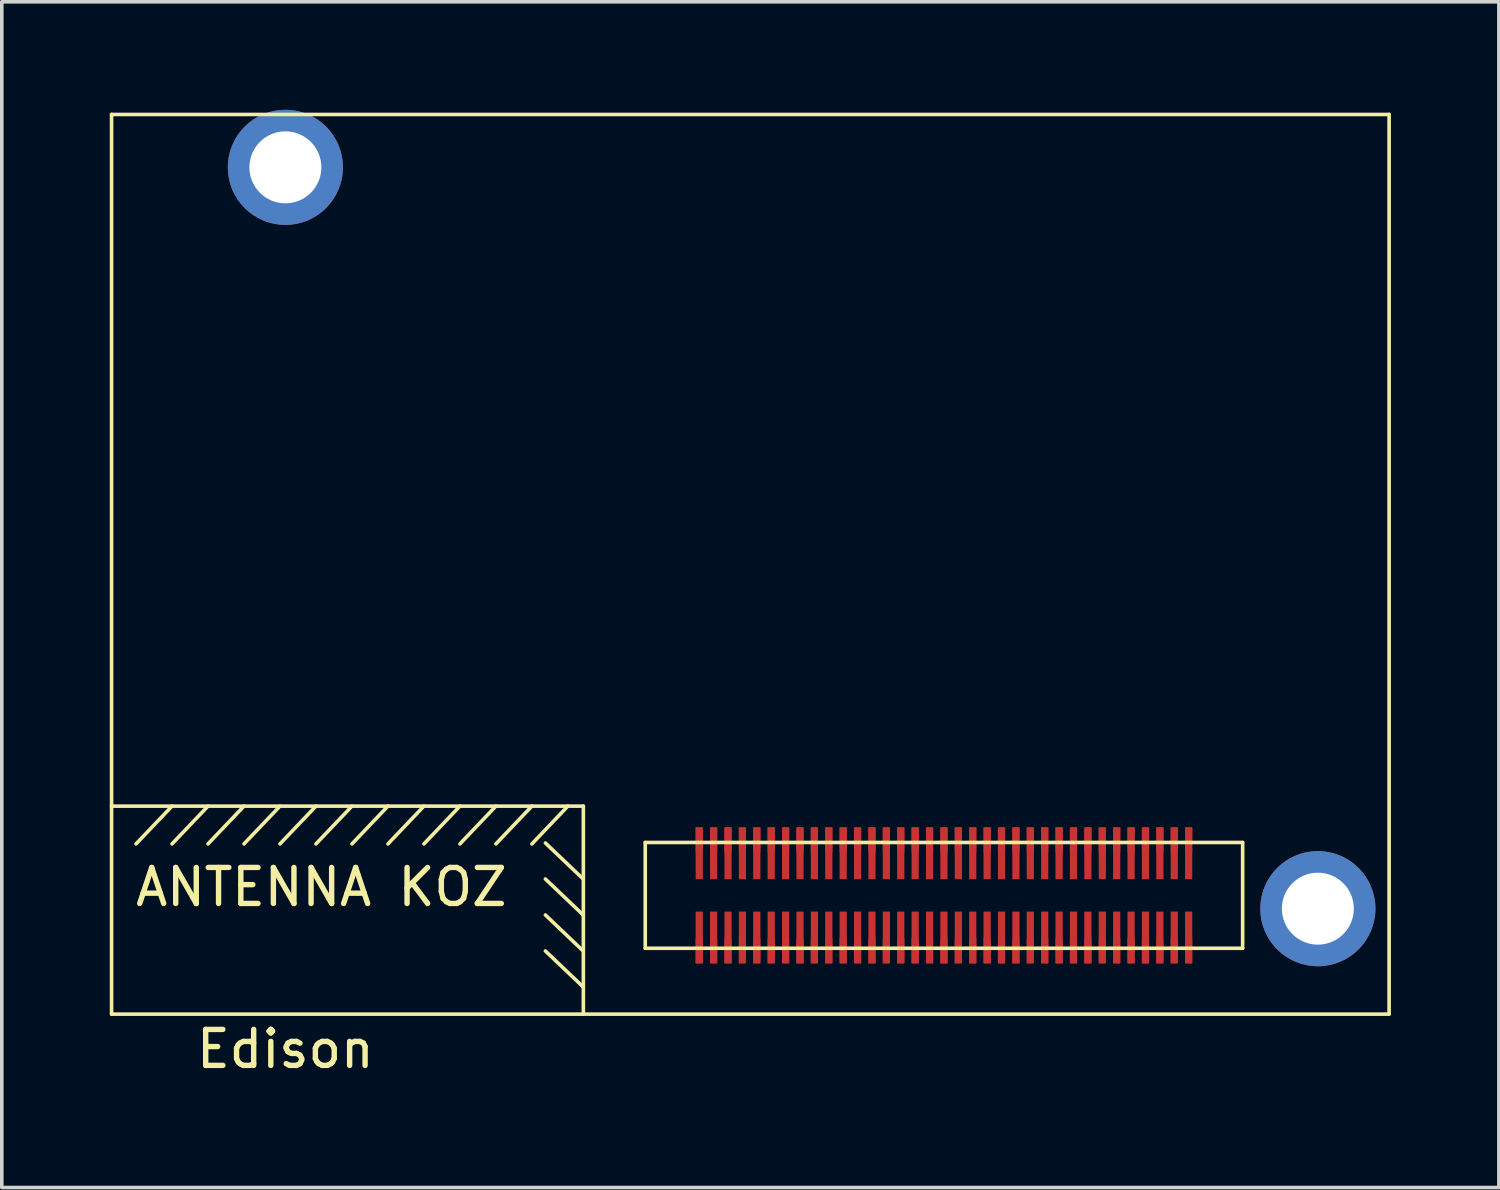
<source format=kicad_pcb>
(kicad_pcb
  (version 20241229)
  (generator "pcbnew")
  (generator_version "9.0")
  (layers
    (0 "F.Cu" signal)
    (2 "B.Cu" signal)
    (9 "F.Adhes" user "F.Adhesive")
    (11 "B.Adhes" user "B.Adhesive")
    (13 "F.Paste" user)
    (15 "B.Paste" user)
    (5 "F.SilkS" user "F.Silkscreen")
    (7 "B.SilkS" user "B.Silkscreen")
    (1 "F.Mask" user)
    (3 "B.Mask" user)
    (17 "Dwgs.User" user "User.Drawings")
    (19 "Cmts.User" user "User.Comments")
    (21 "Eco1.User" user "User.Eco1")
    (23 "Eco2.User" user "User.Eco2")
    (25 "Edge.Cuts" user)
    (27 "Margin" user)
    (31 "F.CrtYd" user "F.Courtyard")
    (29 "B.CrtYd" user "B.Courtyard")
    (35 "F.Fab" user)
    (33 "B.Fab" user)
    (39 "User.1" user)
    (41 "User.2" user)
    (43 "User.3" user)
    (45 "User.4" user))
  (footprint "Edison"
    (layer "F.Cu")
    (at 4.88 1.6)
    (property "Reference" "Edison" (at 0 24.5 0) (layer "F.SilkS") (effects (font (size 1 1) (thickness 0.15))))
    (attr through_hole)
    (fp_line (start -4.83 -1.47) (end 30.67 -1.47) (stroke (width 0.1) (type solid)) (layer "F.SilkS"))
    (fp_line (start -4.83 17.75) (end 8.28 17.75) (stroke (width 0.1) (type solid)) (layer "F.SilkS"))
    (fp_line (start -4.83 23.53) (end -4.83 -1.47) (stroke (width 0.1) (type solid)) (layer "F.SilkS"))
    (fp_line (start -3.15 17.75) (end -4.15 18.8) (stroke (width 0.1) (type solid)) (layer "F.SilkS"))
    (fp_line (start -2.15 17.75) (end -3.15 18.8) (stroke (width 0.1) (type solid)) (layer "F.SilkS"))
    (fp_line (start -1.15 17.75) (end -2.15 18.8) (stroke (width 0.1) (type solid)) (layer "F.SilkS"))
    (fp_line (start -0.15 17.75) (end -1.15 18.8) (stroke (width 0.1) (type solid)) (layer "F.SilkS"))
    (fp_line (start 0.85 17.75) (end -0.15 18.8) (stroke (width 0.1) (type solid)) (layer "F.SilkS"))
    (fp_line (start 1.85 17.75) (end 0.85 18.8) (stroke (width 0.1) (type solid)) (layer "F.SilkS"))
    (fp_line (start 2.85 17.75) (end 1.85 18.8) (stroke (width 0.1) (type solid)) (layer "F.SilkS"))
    (fp_line (start 3.85 17.75) (end 2.85 18.8) (stroke (width 0.1) (type solid)) (layer "F.SilkS"))
    (fp_line (start 4.85 17.75) (end 3.85 18.8) (stroke (width 0.1) (type solid)) (layer "F.SilkS"))
    (fp_line (start 5.85 17.75) (end 4.85 18.8) (stroke (width 0.1) (type solid)) (layer "F.SilkS"))
    (fp_line (start 6.85 17.75) (end 5.85 18.8) (stroke (width 0.1) (type solid)) (layer "F.SilkS"))
    (fp_line (start 7.225 18.775) (end 8.275 19.775) (stroke (width 0.1) (type solid)) (layer "F.SilkS"))
    (fp_line (start 7.225 19.775) (end 8.275 20.775) (stroke (width 0.1) (type solid)) (layer "F.SilkS"))
    (fp_line (start 7.225 20.775) (end 8.275 21.775) (stroke (width 0.1) (type solid)) (layer "F.SilkS"))
    (fp_line (start 7.225 21.775) (end 8.275 22.775) (stroke (width 0.1) (type solid)) (layer "F.SilkS"))
    (fp_line (start 7.85 17.75) (end 6.85 18.8) (stroke (width 0.1) (type solid)) (layer "F.SilkS"))
    (fp_line (start 8.28 17.75) (end 8.28 23.53) (stroke (width 0.1) (type solid)) (layer "F.SilkS"))
    (fp_line (start 10 18.76) (end 10 21.7) (stroke (width 0.1) (type solid)) (layer "F.SilkS"))
    (fp_line (start 10 21.7) (end 26.6 21.7) (stroke (width 0.1) (type solid)) (layer "F.SilkS"))
    (fp_line (start 26.6 18.76) (end 10 18.76) (stroke (width 0.1) (type solid)) (layer "F.SilkS"))
    (fp_line (start 26.6 21.7) (end 26.6 18.76) (stroke (width 0.1) (type solid)) (layer "F.SilkS"))
    (fp_line (start 30.67 -1.47) (end 30.67 23.53) (stroke (width 0.1) (type solid)) (layer "F.SilkS"))
    (fp_line (start 30.67 23.53) (end -4.83 23.53) (stroke (width 0.1) (type solid)) (layer "F.SilkS"))
    (fp_text user "ANTENNA KOZ" (at 1 20 0) (layer "F.SilkS") (effects (font (size 1 1) (thickness 0.15))))
    (pad "" thru_hole circle (at 0 0) (size 3.2 3.2) (drill 2) (layers "*.Cu" "*.Mask"))
    (pad "" thru_hole circle (at 28.69 20.6) (size 3.2 3.2) (drill 2) (layers "*.Cu" "*.Mask"))
    (pad "1" smd rect (at 11.5 18.69) (size 0.2 0.7) (layers "F.Cu" "F.Mask"))
    (pad "1" smd rect (at 11.5 19.06) (size 0.2 1.44) (layers "F.Cu" "F.Paste"))
    (pad "2" smd rect (at 11.5 21.4) (size 0.2 1.44) (layers "F.Cu" "F.Paste"))
    (pad "2" smd rect (at 11.5 21.77) (size 0.2 0.7) (layers "F.Cu" "F.Mask"))
    (pad "3" smd rect (at 11.9 18.69) (size 0.2 0.7) (layers "F.Cu" "F.Mask"))
    (pad "3" smd rect (at 11.9 19.06) (size 0.2 1.44) (layers "F.Cu" "F.Paste"))
    (pad "4" smd rect (at 11.9 21.4) (size 0.2 1.44) (layers "F.Cu" "F.Paste"))
    (pad "4" smd rect (at 11.9 21.77) (size 0.2 0.7) (layers "F.Cu" "F.Mask"))
    (pad "5" smd rect (at 12.3 18.69) (size 0.2 0.7) (layers "F.Cu" "F.Mask"))
    (pad "5" smd rect (at 12.3 19.06) (size 0.2 1.44) (layers "F.Cu" "F.Paste"))
    (pad "6" smd rect (at 12.3 21.4) (size 0.2 1.44) (layers "F.Cu" "F.Paste"))
    (pad "6" smd rect (at 12.3 21.77) (size 0.2 0.7) (layers "F.Cu" "F.Mask"))
    (pad "7" smd rect (at 12.7 18.69) (size 0.2 0.7) (layers "F.Cu" "F.Mask"))
    (pad "7" smd rect (at 12.7 19.06) (size 0.2 1.44) (layers "F.Cu" "F.Paste"))
    (pad "8" smd rect (at 12.7 21.4) (size 0.2 1.44) (layers "F.Cu" "F.Paste"))
    (pad "8" smd rect (at 12.7 21.77) (size 0.2 0.7) (layers "F.Cu" "F.Mask"))
    (pad "9" smd rect (at 13.1 18.69) (size 0.2 0.7) (layers "F.Cu" "F.Mask"))
    (pad "9" smd rect (at 13.1 19.06) (size 0.2 1.44) (layers "F.Cu" "F.Paste"))
    (pad "10" smd rect (at 13.1 21.4) (size 0.2 1.44) (layers "F.Cu" "F.Paste"))
    (pad "10" smd rect (at 13.1 21.77) (size 0.2 0.7) (layers "F.Cu" "F.Mask"))
    (pad "11" smd rect (at 13.5 18.69) (size 0.2 0.7) (layers "F.Cu" "F.Mask"))
    (pad "11" smd rect (at 13.5 19.06) (size 0.2 1.44) (layers "F.Cu" "F.Paste"))
    (pad "12" smd rect (at 13.5 21.4) (size 0.2 1.44) (layers "F.Cu" "F.Paste"))
    (pad "12" smd rect (at 13.5 21.77) (size 0.2 0.7) (layers "F.Cu" "F.Mask"))
    (pad "13" smd rect (at 13.9 18.69) (size 0.2 0.7) (layers "F.Cu" "F.Mask"))
    (pad "13" smd rect (at 13.9 19.06) (size 0.2 1.44) (layers "F.Cu" "F.Paste"))
    (pad "14" smd rect (at 13.9 21.4) (size 0.2 1.44) (layers "F.Cu" "F.Paste"))
    (pad "14" smd rect (at 13.9 21.77) (size 0.2 0.7) (layers "F.Cu" "F.Mask"))
    (pad "15" smd rect (at 14.3 18.69) (size 0.2 0.7) (layers "F.Cu" "F.Mask"))
    (pad "15" smd rect (at 14.3 19.06) (size 0.2 1.44) (layers "F.Cu" "F.Paste"))
    (pad "16" smd rect (at 14.3 21.4) (size 0.2 1.44) (layers "F.Cu" "F.Paste"))
    (pad "16" smd rect (at 14.3 21.77) (size 0.2 0.7) (layers "F.Cu" "F.Mask"))
    (pad "17" smd rect (at 14.7 18.69) (size 0.2 0.7) (layers "F.Cu" "F.Mask"))
    (pad "17" smd rect (at 14.7 19.06) (size 0.2 1.44) (layers "F.Cu" "F.Paste"))
    (pad "18" smd rect (at 14.7 21.4) (size 0.2 1.44) (layers "F.Cu" "F.Paste"))
    (pad "18" smd rect (at 14.7 21.77) (size 0.2 0.7) (layers "F.Cu" "F.Mask"))
    (pad "19" smd rect (at 15.1 18.69) (size 0.2 0.7) (layers "F.Cu" "F.Mask"))
    (pad "19" smd rect (at 15.1 19.06) (size 0.2 1.44) (layers "F.Cu" "F.Paste"))
    (pad "20" smd rect (at 15.1 21.4) (size 0.2 1.44) (layers "F.Cu" "F.Paste"))
    (pad "20" smd rect (at 15.1 21.77) (size 0.2 0.7) (layers "F.Cu" "F.Mask"))
    (pad "21" smd rect (at 15.5 18.69) (size 0.2 0.7) (layers "F.Cu" "F.Mask"))
    (pad "21" smd rect (at 15.5 19.06) (size 0.2 1.44) (layers "F.Cu" "F.Paste"))
    (pad "22" smd rect (at 15.5 21.4) (size 0.2 1.44) (layers "F.Cu" "F.Paste"))
    (pad "22" smd rect (at 15.5 21.77) (size 0.2 0.7) (layers "F.Cu" "F.Mask"))
    (pad "23" smd rect (at 15.9 18.69) (size 0.2 0.7) (layers "F.Cu" "F.Mask"))
    (pad "23" smd rect (at 15.9 19.06) (size 0.2 1.44) (layers "F.Cu" "F.Paste"))
    (pad "24" smd rect (at 15.9 21.4) (size 0.2 1.44) (layers "F.Cu" "F.Paste"))
    (pad "24" smd rect (at 15.9 21.77) (size 0.2 0.7) (layers "F.Cu" "F.Mask"))
    (pad "25" smd rect (at 16.3 18.69) (size 0.2 0.7) (layers "F.Cu" "F.Mask"))
    (pad "25" smd rect (at 16.3 19.06) (size 0.2 1.44) (layers "F.Cu" "F.Paste"))
    (pad "26" smd rect (at 16.3 21.4) (size 0.2 1.44) (layers "F.Cu" "F.Paste"))
    (pad "26" smd rect (at 16.3 21.77) (size 0.2 0.7) (layers "F.Cu" "F.Mask"))
    (pad "27" smd rect (at 16.7 18.69) (size 0.2 0.7) (layers "F.Cu" "F.Mask"))
    (pad "27" smd rect (at 16.7 19.06) (size 0.2 1.44) (layers "F.Cu" "F.Paste"))
    (pad "28" smd rect (at 16.7 21.4) (size 0.2 1.44) (layers "F.Cu" "F.Paste"))
    (pad "28" smd rect (at 16.7 21.77) (size 0.2 0.7) (layers "F.Cu" "F.Mask"))
    (pad "29" smd rect (at 17.1 18.69) (size 0.2 0.7) (layers "F.Cu" "F.Mask"))
    (pad "29" smd rect (at 17.1 19.06) (size 0.2 1.44) (layers "F.Cu" "F.Paste"))
    (pad "30" smd rect (at 17.1 21.4) (size 0.2 1.44) (layers "F.Cu" "F.Paste"))
    (pad "30" smd rect (at 17.1 21.77) (size 0.2 0.7) (layers "F.Cu" "F.Mask"))
    (pad "31" smd rect (at 17.5 18.69) (size 0.2 0.7) (layers "F.Cu" "F.Mask"))
    (pad "31" smd rect (at 17.5 19.06) (size 0.2 1.44) (layers "F.Cu" "F.Paste"))
    (pad "32" smd rect (at 17.5 21.4) (size 0.2 1.44) (layers "F.Cu" "F.Paste"))
    (pad "32" smd rect (at 17.5 21.77) (size 0.2 0.7) (layers "F.Cu" "F.Mask"))
    (pad "33" smd rect (at 17.9 18.69) (size 0.2 0.7) (layers "F.Cu" "F.Mask"))
    (pad "33" smd rect (at 17.9 19.06) (size 0.2 1.44) (layers "F.Cu" "F.Paste"))
    (pad "34" smd rect (at 17.9 21.4) (size 0.2 1.44) (layers "F.Cu" "F.Paste"))
    (pad "34" smd rect (at 17.9 21.77) (size 0.2 0.7) (layers "F.Cu" "F.Mask"))
    (pad "35" smd rect (at 18.3 18.69) (size 0.2 0.7) (layers "F.Cu" "F.Mask"))
    (pad "35" smd rect (at 18.3 19.06) (size 0.2 1.44) (layers "F.Cu" "F.Paste"))
    (pad "36" smd rect (at 18.3 21.4) (size 0.2 1.44) (layers "F.Cu" "F.Paste"))
    (pad "36" smd rect (at 18.3 21.77) (size 0.2 0.7) (layers "F.Cu" "F.Mask"))
    (pad "37" smd rect (at 18.7 18.69) (size 0.2 0.7) (layers "F.Cu" "F.Mask"))
    (pad "37" smd rect (at 18.7 19.06) (size 0.2 1.44) (layers "F.Cu" "F.Paste"))
    (pad "38" smd rect (at 18.7 21.4) (size 0.2 1.44) (layers "F.Cu" "F.Paste"))
    (pad "38" smd rect (at 18.7 21.77) (size 0.2 0.7) (layers "F.Cu" "F.Mask"))
    (pad "39" smd rect (at 19.1 18.69) (size 0.2 0.7) (layers "F.Cu" "F.Mask"))
    (pad "39" smd rect (at 19.1 19.06) (size 0.2 1.44) (layers "F.Cu" "F.Paste"))
    (pad "40" smd rect (at 19.1 21.4) (size 0.2 1.44) (layers "F.Cu" "F.Paste"))
    (pad "40" smd rect (at 19.1 21.77) (size 0.2 0.7) (layers "F.Cu" "F.Mask"))
    (pad "41" smd rect (at 19.5 18.69) (size 0.2 0.7) (layers "F.Cu" "F.Mask"))
    (pad "41" smd rect (at 19.5 19.06) (size 0.2 1.44) (layers "F.Cu" "F.Paste"))
    (pad "42" smd rect (at 19.5 21.4) (size 0.2 1.44) (layers "F.Cu" "F.Paste"))
    (pad "42" smd rect (at 19.5 21.77) (size 0.2 0.7) (layers "F.Cu" "F.Mask"))
    (pad "43" smd rect (at 19.9 18.69) (size 0.2 0.7) (layers "F.Cu" "F.Mask"))
    (pad "43" smd rect (at 19.9 19.06) (size 0.2 1.44) (layers "F.Cu" "F.Paste"))
    (pad "44" smd rect (at 19.9 21.4) (size 0.2 1.44) (layers "F.Cu" "F.Paste"))
    (pad "44" smd rect (at 19.9 21.77) (size 0.2 0.7) (layers "F.Cu" "F.Mask"))
    (pad "45" smd rect (at 20.3 18.69) (size 0.2 0.7) (layers "F.Cu" "F.Mask"))
    (pad "45" smd rect (at 20.3 19.06) (size 0.2 1.44) (layers "F.Cu" "F.Paste"))
    (pad "46" smd rect (at 20.3 21.4) (size 0.2 1.44) (layers "F.Cu" "F.Paste"))
    (pad "46" smd rect (at 20.3 21.77) (size 0.2 0.7) (layers "F.Cu" "F.Mask"))
    (pad "47" smd rect (at 20.7 18.69) (size 0.2 0.7) (layers "F.Cu" "F.Mask"))
    (pad "47" smd rect (at 20.7 19.06) (size 0.2 1.44) (layers "F.Cu" "F.Paste"))
    (pad "48" smd rect (at 20.7 21.4) (size 0.2 1.44) (layers "F.Cu" "F.Paste"))
    (pad "48" smd rect (at 20.7 21.77) (size 0.2 0.7) (layers "F.Cu" "F.Mask"))
    (pad "49" smd rect (at 21.1 18.69) (size 0.2 0.7) (layers "F.Cu" "F.Mask"))
    (pad "49" smd rect (at 21.1 19.06) (size 0.2 1.44) (layers "F.Cu" "F.Paste"))
    (pad "50" smd rect (at 21.1 21.4) (size 0.2 1.44) (layers "F.Cu" "F.Paste"))
    (pad "50" smd rect (at 21.1 21.77) (size 0.2 0.7) (layers "F.Cu" "F.Mask"))
    (pad "51" smd rect (at 21.5 18.69) (size 0.2 0.7) (layers "F.Cu" "F.Mask"))
    (pad "51" smd rect (at 21.5 19.06) (size 0.2 1.44) (layers "F.Cu" "F.Paste"))
    (pad "52" smd rect (at 21.5 21.4) (size 0.2 1.44) (layers "F.Cu" "F.Paste"))
    (pad "52" smd rect (at 21.5 21.77) (size 0.2 0.7) (layers "F.Cu" "F.Mask"))
    (pad "53" smd rect (at 21.9 18.69) (size 0.2 0.7) (layers "F.Cu" "F.Mask"))
    (pad "53" smd rect (at 21.9 19.06) (size 0.2 1.44) (layers "F.Cu" "F.Paste"))
    (pad "54" smd rect (at 21.9 21.4) (size 0.2 1.44) (layers "F.Cu" "F.Paste"))
    (pad "54" smd rect (at 21.9 21.77) (size 0.2 0.7) (layers "F.Cu" "F.Mask"))
    (pad "55" smd rect (at 22.3 18.69) (size 0.2 0.7) (layers "F.Cu" "F.Mask"))
    (pad "55" smd rect (at 22.3 19.06) (size 0.2 1.44) (layers "F.Cu" "F.Paste"))
    (pad "56" smd rect (at 22.3 21.4) (size 0.2 1.44) (layers "F.Cu" "F.Paste"))
    (pad "56" smd rect (at 22.3 21.77) (size 0.2 0.7) (layers "F.Cu" "F.Mask"))
    (pad "57" smd rect (at 22.7 18.69) (size 0.2 0.7) (layers "F.Cu" "F.Mask"))
    (pad "57" smd rect (at 22.7 19.06) (size 0.2 1.44) (layers "F.Cu" "F.Paste"))
    (pad "58" smd rect (at 22.7 21.4) (size 0.2 1.44) (layers "F.Cu" "F.Paste"))
    (pad "58" smd rect (at 22.7 21.77) (size 0.2 0.7) (layers "F.Cu" "F.Mask"))
    (pad "59" smd rect (at 23.1 18.69) (size 0.2 0.7) (layers "F.Cu" "F.Mask"))
    (pad "59" smd rect (at 23.1 19.06) (size 0.2 1.44) (layers "F.Cu" "F.Paste"))
    (pad "60" smd rect (at 23.1 21.4) (size 0.2 1.44) (layers "F.Cu" "F.Paste"))
    (pad "60" smd rect (at 23.1 21.77) (size 0.2 0.7) (layers "F.Cu" "F.Mask"))
    (pad "61" smd rect (at 23.5 18.69) (size 0.2 0.7) (layers "F.Cu" "F.Mask"))
    (pad "61" smd rect (at 23.5 19.06) (size 0.2 1.44) (layers "F.Cu" "F.Paste"))
    (pad "62" smd rect (at 23.5 21.4) (size 0.2 1.44) (layers "F.Cu" "F.Paste"))
    (pad "62" smd rect (at 23.5 21.77) (size 0.2 0.7) (layers "F.Cu" "F.Mask"))
    (pad "63" smd rect (at 23.9 18.69) (size 0.2 0.7) (layers "F.Cu" "F.Mask"))
    (pad "63" smd rect (at 23.9 19.06) (size 0.2 1.44) (layers "F.Cu" "F.Paste"))
    (pad "64" smd rect (at 23.9 21.4) (size 0.2 1.44) (layers "F.Cu" "F.Paste"))
    (pad "64" smd rect (at 23.9 21.77) (size 0.2 0.7) (layers "F.Cu" "F.Mask"))
    (pad "65" smd rect (at 24.3 18.69) (size 0.2 0.7) (layers "F.Cu" "F.Mask"))
    (pad "65" smd rect (at 24.3 19.06) (size 0.2 1.44) (layers "F.Cu" "F.Paste"))
    (pad "66" smd rect (at 24.3 21.4) (size 0.2 1.44) (layers "F.Cu" "F.Paste"))
    (pad "66" smd rect (at 24.3 21.77) (size 0.2 0.7) (layers "F.Cu" "F.Mask"))
    (pad "67" smd rect (at 24.7 18.69) (size 0.2 0.7) (layers "F.Cu" "F.Mask"))
    (pad "67" smd rect (at 24.7 19.06) (size 0.2 1.44) (layers "F.Cu" "F.Paste"))
    (pad "68" smd rect (at 24.7 21.4) (size 0.2 1.44) (layers "F.Cu" "F.Paste"))
    (pad "68" smd rect (at 24.7 21.77) (size 0.2 0.7) (layers "F.Cu" "F.Mask"))
    (pad "69" smd rect (at 25.1 18.69) (size 0.2 0.7) (layers "F.Cu" "F.Mask"))
    (pad "69" smd rect (at 25.1 19.06) (size 0.2 1.44) (layers "F.Cu" "F.Paste"))
    (pad "70" smd rect (at 25.1 21.4) (size 0.2 1.44) (layers "F.Cu" "F.Paste"))
    (pad "70" smd rect (at 25.1 21.77) (size 0.2 0.7) (layers "F.Cu" "F.Mask")))
  (gr_rect
    (start -3 -3)
    (end 38.6 29.948)
    (stroke (width 0.1) (type default))
    (fill no)
    (layer "Edge.Cuts")))
</source>
